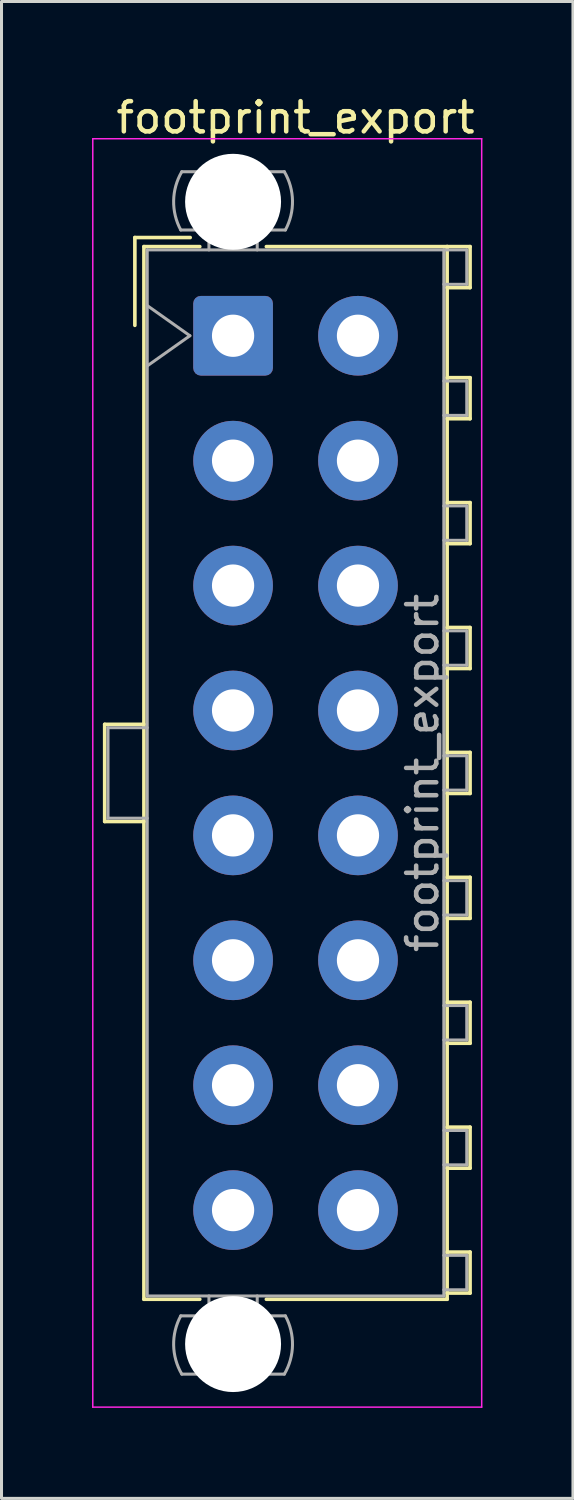
<source format=kicad_pcb>
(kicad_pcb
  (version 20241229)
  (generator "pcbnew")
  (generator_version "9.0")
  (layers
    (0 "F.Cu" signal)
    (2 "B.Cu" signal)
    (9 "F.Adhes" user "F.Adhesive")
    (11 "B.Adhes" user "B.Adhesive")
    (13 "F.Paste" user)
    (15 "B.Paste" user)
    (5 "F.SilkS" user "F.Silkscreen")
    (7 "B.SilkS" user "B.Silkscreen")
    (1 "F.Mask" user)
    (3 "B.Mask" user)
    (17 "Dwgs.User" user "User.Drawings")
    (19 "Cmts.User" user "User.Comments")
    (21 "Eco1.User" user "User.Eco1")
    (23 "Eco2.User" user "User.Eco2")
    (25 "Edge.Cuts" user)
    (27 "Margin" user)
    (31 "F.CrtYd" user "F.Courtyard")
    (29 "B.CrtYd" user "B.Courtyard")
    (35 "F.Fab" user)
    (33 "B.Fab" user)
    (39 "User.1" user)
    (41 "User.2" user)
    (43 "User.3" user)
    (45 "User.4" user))
  (footprint "footprint_export"
    (layer "F.Cu")
    (at 4.675 8.078)
    (property "Reference" "footprint_export" (at 2.07 -7.23 0) (layer "F.SilkS") (effects (font (size 1 1) (thickness 0.15))))
    (attr through_hole)
    (fp_line (start -4.255 12.88) (end -4.255 16.1) (stroke (width 0.12) (type solid)) (layer "F.SilkS"))
    (fp_line (start -4.255 16.1) (end -2.955 16.1) (stroke (width 0.12) (type solid)) (layer "F.SilkS"))
    (fp_line (start -3.255 -3.255) (end -3.255 -0.345) (stroke (width 0.12) (type solid)) (layer "F.SilkS"))
    (fp_line (start -2.955 -2.955) (end -2.955 31.935) (stroke (width 0.12) (type solid)) (layer "F.SilkS"))
    (fp_line (start -2.955 12.88) (end -4.255 12.88) (stroke (width 0.12) (type solid)) (layer "F.SilkS"))
    (fp_line (start -2.955 31.935) (end -1.103 31.935) (stroke (width 0.12) (type solid)) (layer "F.SilkS"))
    (fp_line (start -1.421 -3.255) (end -3.255 -3.255) (stroke (width 0.12) (type solid)) (layer "F.SilkS"))
    (fp_line (start -1.103 -2.955) (end -2.955 -2.955) (stroke (width 0.12) (type solid)) (layer "F.SilkS"))
    (fp_line (start 1.103 -2.955) (end 7.095 -2.955) (stroke (width 0.12) (type solid)) (layer "F.SilkS"))
    (fp_line (start 7.095 -2.955) (end 7.095 31.935) (stroke (width 0.12) (type solid)) (layer "F.SilkS"))
    (fp_line (start 7.095 -2.955) (end 7.855 -2.955) (stroke (width 0.12) (type solid)) (layer "F.SilkS"))
    (fp_line (start 7.095 1.39) (end 7.855 1.39) (stroke (width 0.12) (type solid)) (layer "F.SilkS"))
    (fp_line (start 7.095 5.53) (end 7.855 5.53) (stroke (width 0.12) (type solid)) (layer "F.SilkS"))
    (fp_line (start 7.095 9.67) (end 7.855 9.67) (stroke (width 0.12) (type solid)) (layer "F.SilkS"))
    (fp_line (start 7.095 13.81) (end 7.855 13.81) (stroke (width 0.12) (type solid)) (layer "F.SilkS"))
    (fp_line (start 7.095 17.95) (end 7.855 17.95) (stroke (width 0.12) (type solid)) (layer "F.SilkS"))
    (fp_line (start 7.095 22.09) (end 7.855 22.09) (stroke (width 0.12) (type solid)) (layer "F.SilkS"))
    (fp_line (start 7.095 26.23) (end 7.855 26.23) (stroke (width 0.12) (type solid)) (layer "F.SilkS"))
    (fp_line (start 7.095 30.37) (end 7.855 30.37) (stroke (width 0.12) (type solid)) (layer "F.SilkS"))
    (fp_line (start 7.095 31.935) (end 1.103 31.935) (stroke (width 0.12) (type solid)) (layer "F.SilkS"))
    (fp_line (start 7.855 -2.955) (end 7.855 -1.595) (stroke (width 0.12) (type solid)) (layer "F.SilkS"))
    (fp_line (start 7.855 -1.595) (end 7.095 -1.595) (stroke (width 0.12) (type solid)) (layer "F.SilkS"))
    (fp_line (start 7.855 1.39) (end 7.855 2.75) (stroke (width 0.12) (type solid)) (layer "F.SilkS"))
    (fp_line (start 7.855 2.75) (end 7.095 2.75) (stroke (width 0.12) (type solid)) (layer "F.SilkS"))
    (fp_line (start 7.855 5.53) (end 7.855 6.89) (stroke (width 0.12) (type solid)) (layer "F.SilkS"))
    (fp_line (start 7.855 6.89) (end 7.095 6.89) (stroke (width 0.12) (type solid)) (layer "F.SilkS"))
    (fp_line (start 7.855 9.67) (end 7.855 11.03) (stroke (width 0.12) (type solid)) (layer "F.SilkS"))
    (fp_line (start 7.855 11.03) (end 7.095 11.03) (stroke (width 0.12) (type solid)) (layer "F.SilkS"))
    (fp_line (start 7.855 13.81) (end 7.855 15.17) (stroke (width 0.12) (type solid)) (layer "F.SilkS"))
    (fp_line (start 7.855 15.17) (end 7.095 15.17) (stroke (width 0.12) (type solid)) (layer "F.SilkS"))
    (fp_line (start 7.855 17.95) (end 7.855 19.31) (stroke (width 0.12) (type solid)) (layer "F.SilkS"))
    (fp_line (start 7.855 19.31) (end 7.095 19.31) (stroke (width 0.12) (type solid)) (layer "F.SilkS"))
    (fp_line (start 7.855 22.09) (end 7.855 23.45) (stroke (width 0.12) (type solid)) (layer "F.SilkS"))
    (fp_line (start 7.855 23.45) (end 7.095 23.45) (stroke (width 0.12) (type solid)) (layer "F.SilkS"))
    (fp_line (start 7.855 26.23) (end 7.855 27.59) (stroke (width 0.12) (type solid)) (layer "F.SilkS"))
    (fp_line (start 7.855 27.59) (end 7.095 27.59) (stroke (width 0.12) (type solid)) (layer "F.SilkS"))
    (fp_line (start 7.855 30.37) (end 7.855 31.73) (stroke (width 0.12) (type solid)) (layer "F.SilkS"))
    (fp_line (start 7.855 31.73) (end 7.095 31.73) (stroke (width 0.12) (type solid)) (layer "F.SilkS"))
    (fp_line (start -4.65 -6.53) (end -4.65 35.51) (stroke (width 0.05) (type solid)) (layer "F.CrtYd"))
    (fp_line (start -4.65 35.51) (end 8.24 35.51) (stroke (width 0.05) (type solid)) (layer "F.CrtYd"))
    (fp_line (start 8.24 -6.53) (end -4.65 -6.53) (stroke (width 0.05) (type solid)) (layer "F.CrtYd"))
    (fp_line (start 8.24 35.51) (end 8.24 -6.53) (stroke (width 0.05) (type solid)) (layer "F.CrtYd"))
    (fp_line (start -4.145 12.99) (end -4.145 15.99) (stroke (width 0.1) (type solid)) (layer "F.Fab"))
    (fp_line (start -4.145 15.99) (end -2.845 15.99) (stroke (width 0.1) (type solid)) (layer "F.Fab"))
    (fp_line (start -2.845 -2.845) (end -2.845 31.825) (stroke (width 0.1) (type solid)) (layer "F.Fab"))
    (fp_line (start -2.845 -1) (end -1.431 0) (stroke (width 0.1) (type solid)) (layer "F.Fab"))
    (fp_line (start -2.845 12.99) (end -4.145 12.99) (stroke (width 0.1) (type solid)) (layer "F.Fab"))
    (fp_line (start -2.845 31.825) (end 6.985 31.825) (stroke (width 0.1) (type solid)) (layer "F.Fab"))
    (fp_line (start -1.431 0) (end -2.845 1) (stroke (width 0.1) (type solid)) (layer "F.Fab"))
    (fp_line (start -0.8 -2.845) (end -0.8 -3.505) (stroke (width 0.1) (type solid)) (layer "F.Fab"))
    (fp_line (start -0.8 31.825) (end -0.8 32.485) (stroke (width 0.1) (type solid)) (layer "F.Fab"))
    (fp_line (start 0.8 -2.845) (end 0.8 -3.505) (stroke (width 0.1) (type solid)) (layer "F.Fab"))
    (fp_line (start 0.8 31.825) (end 0.8 32.485) (stroke (width 0.1) (type solid)) (layer "F.Fab"))
    (fp_line (start 1.7 -5.436) (end -1.7 -5.436) (stroke (width 0.1) (type solid)) (layer "F.Fab"))
    (fp_line (start 1.7 34.416) (end -1.7 34.416) (stroke (width 0.1) (type solid)) (layer "F.Fab"))
    (fp_line (start 1.734 -3.505) (end -1.734 -3.505) (stroke (width 0.1) (type solid)) (layer "F.Fab"))
    (fp_line (start 1.734 32.485) (end -1.734 32.485) (stroke (width 0.1) (type solid)) (layer "F.Fab"))
    (fp_line (start 6.985 -2.845) (end -2.845 -2.845) (stroke (width 0.1) (type solid)) (layer "F.Fab"))
    (fp_line (start 6.985 -2.845) (end 7.745 -2.845) (stroke (width 0.1) (type solid)) (layer "F.Fab"))
    (fp_line (start 6.985 1.5) (end 7.745 1.5) (stroke (width 0.1) (type solid)) (layer "F.Fab"))
    (fp_line (start 6.985 5.64) (end 7.745 5.64) (stroke (width 0.1) (type solid)) (layer "F.Fab"))
    (fp_line (start 6.985 9.78) (end 7.745 9.78) (stroke (width 0.1) (type solid)) (layer "F.Fab"))
    (fp_line (start 6.985 13.92) (end 7.745 13.92) (stroke (width 0.1) (type solid)) (layer "F.Fab"))
    (fp_line (start 6.985 18.06) (end 7.745 18.06) (stroke (width 0.1) (type solid)) (layer "F.Fab"))
    (fp_line (start 6.985 22.2) (end 7.745 22.2) (stroke (width 0.1) (type solid)) (layer "F.Fab"))
    (fp_line (start 6.985 26.34) (end 7.745 26.34) (stroke (width 0.1) (type solid)) (layer "F.Fab"))
    (fp_line (start 6.985 30.48) (end 7.745 30.48) (stroke (width 0.1) (type solid)) (layer "F.Fab"))
    (fp_line (start 6.985 31.825) (end 6.985 -2.845) (stroke (width 0.1) (type solid)) (layer "F.Fab"))
    (fp_line (start 7.745 -2.845) (end 7.745 -1.705) (stroke (width 0.1) (type solid)) (layer "F.Fab"))
    (fp_line (start 7.745 -1.705) (end 6.985 -1.705) (stroke (width 0.1) (type solid)) (layer "F.Fab"))
    (fp_line (start 7.745 1.5) (end 7.745 2.64) (stroke (width 0.1) (type solid)) (layer "F.Fab"))
    (fp_line (start 7.745 2.64) (end 6.985 2.64) (stroke (width 0.1) (type solid)) (layer "F.Fab"))
    (fp_line (start 7.745 5.64) (end 7.745 6.78) (stroke (width 0.1) (type solid)) (layer "F.Fab"))
    (fp_line (start 7.745 6.78) (end 6.985 6.78) (stroke (width 0.1) (type solid)) (layer "F.Fab"))
    (fp_line (start 7.745 9.78) (end 7.745 10.92) (stroke (width 0.1) (type solid)) (layer "F.Fab"))
    (fp_line (start 7.745 10.92) (end 6.985 10.92) (stroke (width 0.1) (type solid)) (layer "F.Fab"))
    (fp_line (start 7.745 13.92) (end 7.745 15.06) (stroke (width 0.1) (type solid)) (layer "F.Fab"))
    (fp_line (start 7.745 15.06) (end 6.985 15.06) (stroke (width 0.1) (type solid)) (layer "F.Fab"))
    (fp_line (start 7.745 18.06) (end 7.745 19.2) (stroke (width 0.1) (type solid)) (layer "F.Fab"))
    (fp_line (start 7.745 19.2) (end 6.985 19.2) (stroke (width 0.1) (type solid)) (layer "F.Fab"))
    (fp_line (start 7.745 22.2) (end 7.745 23.34) (stroke (width 0.1) (type solid)) (layer "F.Fab"))
    (fp_line (start 7.745 23.34) (end 6.985 23.34) (stroke (width 0.1) (type solid)) (layer "F.Fab"))
    (fp_line (start 7.745 26.34) (end 7.745 27.48) (stroke (width 0.1) (type solid)) (layer "F.Fab"))
    (fp_line (start 7.745 27.48) (end 6.985 27.48) (stroke (width 0.1) (type solid)) (layer "F.Fab"))
    (fp_line (start 7.745 30.48) (end 7.745 31.62) (stroke (width 0.1) (type solid)) (layer "F.Fab"))
    (fp_line (start 7.745 31.62) (end 6.985 31.62) (stroke (width 0.1) (type solid)) (layer "F.Fab"))
    (fp_arc (start -1.733977 -3.505) (mid -1.96969 -4.474992) (end -1.699672 -5.436) (stroke (width 0.1) (type solid)) (layer "F.Fab"))
    (fp_arc (start -1.699672 34.416) (mid -1.969689 33.454992) (end -1.733977 32.485) (stroke (width 0.1) (type solid)) (layer "F.Fab"))
    (fp_arc (start 1.699672 -5.436) (mid 1.969689 -4.474992) (end 1.733977 -3.505) (stroke (width 0.1) (type solid)) (layer "F.Fab"))
    (fp_arc (start 1.733977 32.485) (mid 1.96969 33.454992) (end 1.699672 34.416) (stroke (width 0.1) (type solid)) (layer "F.Fab"))
    (fp_text user "${REFERENCE}" (at 6.28 14.49 90) (layer "F.Fab") (effects (font (size 1 1) (thickness 0.15))))
    (pad "" np_thru_hole circle (at 0 -4.44) (size 3.18 3.18) (drill 3.18) (layers "*.Cu" "*.Mask"))
    (pad "" np_thru_hole circle (at 0 33.42) (size 3.18 3.18) (drill 3.18) (layers "*.Cu" "*.Mask"))
    (pad "1" thru_hole roundrect (at 0 0) (size 2.64 2.64) (drill 1.4) (layers "*.Cu" "*.Mask") (roundrect_rratio 0.095))
    (pad "2" thru_hole circle (at 0 4.14) (size 2.64 2.64) (drill 1.4) (layers "*.Cu" "*.Mask"))
    (pad "3" thru_hole circle (at 0 8.28) (size 2.64 2.64) (drill 1.4) (layers "*.Cu" "*.Mask"))
    (pad "4" thru_hole circle (at 0 12.42) (size 2.64 2.64) (drill 1.4) (layers "*.Cu" "*.Mask"))
    (pad "5" thru_hole circle (at 0 16.56) (size 2.64 2.64) (drill 1.4) (layers "*.Cu" "*.Mask"))
    (pad "6" thru_hole circle (at 0 20.7) (size 2.64 2.64) (drill 1.4) (layers "*.Cu" "*.Mask"))
    (pad "7" thru_hole circle (at 0 24.84) (size 2.64 2.64) (drill 1.4) (layers "*.Cu" "*.Mask"))
    (pad "8" thru_hole circle (at 0 28.98) (size 2.64 2.64) (drill 1.4) (layers "*.Cu" "*.Mask"))
    (pad "9" thru_hole circle (at 4.14 0) (size 2.64 2.64) (drill 1.4) (layers "*.Cu" "*.Mask"))
    (pad "10" thru_hole circle (at 4.14 4.14) (size 2.64 2.64) (drill 1.4) (layers "*.Cu" "*.Mask"))
    (pad "11" thru_hole circle (at 4.14 8.28) (size 2.64 2.64) (drill 1.4) (layers "*.Cu" "*.Mask"))
    (pad "12" thru_hole circle (at 4.14 12.42) (size 2.64 2.64) (drill 1.4) (layers "*.Cu" "*.Mask"))
    (pad "13" thru_hole circle (at 4.14 16.56) (size 2.64 2.64) (drill 1.4) (layers "*.Cu" "*.Mask"))
    (pad "14" thru_hole circle (at 4.14 20.7) (size 2.64 2.64) (drill 1.4) (layers "*.Cu" "*.Mask"))
    (pad "15" thru_hole circle (at 4.14 24.84) (size 2.64 2.64) (drill 1.4) (layers "*.Cu" "*.Mask"))
    (pad "16" thru_hole circle (at 4.14 28.98) (size 2.64 2.64) (drill 1.4) (layers "*.Cu" "*.Mask")))
  (gr_rect
    (start -3 -3)
    (end 15.94 46.613)
    (stroke (width 0.1) (type default))
    (fill no)
    (layer "Edge.Cuts")))
</source>
